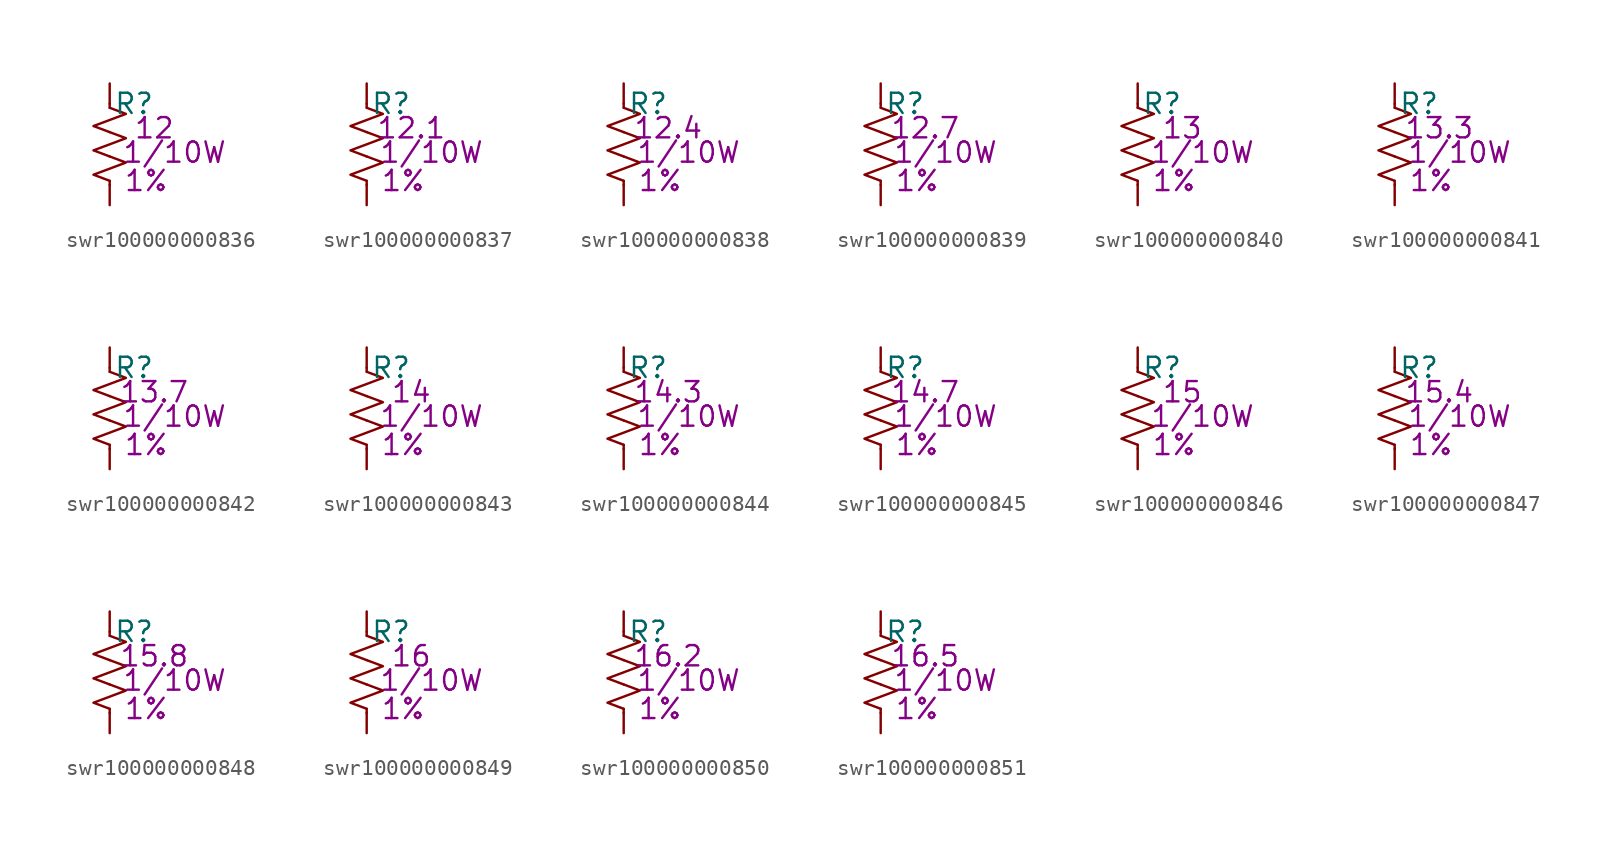
<source format=kicad_sym>
(kicad_symbol_lib
  (version 20211014)
  (generator kicad_symbol_editor)
  (symbol "swr100000000836"
    (pin_numbers hide)
    (pin_names
      (offset 1.016))
    (property "Reference" "R"
      (at 1.524 2.54 0)
      (effects (font (size 1.27 1.27))))
    (property "Tolerance" "1%"
      (at 2.286 -2.286 0)
      (effects (font (size 1.27 1.27))))
    (property "Wattage" "1/10W"
      (at 4.064 -0.508 0)
      (effects (font (size 1.27 1.27))))
    (property "PartValue" "12"
      (at 2.794 1.016 0)
      (effects (font (size 1.27 1.27))))
    (symbol "swr100000000836_1_1"
      (polyline (pts (xy 0 -2.286) (xy 0 -2.54)) (stroke (width 0) (type default) (color 0 0 0 0)) (fill (type none)))
      (polyline (pts (xy 0 2.286) (xy 0 2.54)) (stroke (width 0) (type default) (color 0 0 0 0)) (fill (type none)))
      (polyline (pts (xy 0 -0.762) (xy 1.016 -1.143) (xy 0 -1.524) (xy -1.016 -1.905) (xy 0 -2.286)) (stroke (width 0) (type default) (color 0 0 0 0)) (fill (type none)))
      (polyline (pts (xy 0 0.762) (xy 1.016 0.381) (xy 0 0) (xy -1.016 -0.381) (xy 0 -0.762)) (stroke (width 0) (type default) (color 0 0 0 0)) (fill (type none)))
      (polyline (pts (xy 0 2.286) (xy 1.016 1.905) (xy 0 1.524) (xy -1.016 1.143) (xy 0 0.762)) (stroke (width 0) (type default) (color 0 0 0 0)) (fill (type none)))
      (pin passive line (at 0 3.81 270) (length 1.27) (name "~" (effects (font (size 1.27 1.27)))) (number "1" (effects (font (size 1.27 1.27)))))
      (pin passive line (at 0 -3.81 90) (length 1.27) (name "~" (effects (font (size 1.27 1.27)))) (number "2" (effects (font (size 1.27 1.27)))))))
  (symbol "swr100000000837"
    (pin_numbers hide)
    (pin_names
      (offset 1.016))
    (property "Reference" "R"
      (at 1.524 2.54 0)
      (effects (font (size 1.27 1.27))))
    (property "Tolerance" "1%"
      (at 2.286 -2.286 0)
      (effects (font (size 1.27 1.27))))
    (property "Wattage" "1/10W"
      (at 4.064 -0.508 0)
      (effects (font (size 1.27 1.27))))
    (property "PartValue" "12.1"
      (at 2.794 1.016 0)
      (effects (font (size 1.27 1.27))))
    (symbol "swr100000000837_1_1"
      (polyline (pts (xy 0 -2.286) (xy 0 -2.54)) (stroke (width 0) (type default) (color 0 0 0 0)) (fill (type none)))
      (polyline (pts (xy 0 2.286) (xy 0 2.54)) (stroke (width 0) (type default) (color 0 0 0 0)) (fill (type none)))
      (polyline (pts (xy 0 -0.762) (xy 1.016 -1.143) (xy 0 -1.524) (xy -1.016 -1.905) (xy 0 -2.286)) (stroke (width 0) (type default) (color 0 0 0 0)) (fill (type none)))
      (polyline (pts (xy 0 0.762) (xy 1.016 0.381) (xy 0 0) (xy -1.016 -0.381) (xy 0 -0.762)) (stroke (width 0) (type default) (color 0 0 0 0)) (fill (type none)))
      (polyline (pts (xy 0 2.286) (xy 1.016 1.905) (xy 0 1.524) (xy -1.016 1.143) (xy 0 0.762)) (stroke (width 0) (type default) (color 0 0 0 0)) (fill (type none)))
      (pin passive line (at 0 3.81 270) (length 1.27) (name "~" (effects (font (size 1.27 1.27)))) (number "1" (effects (font (size 1.27 1.27)))))
      (pin passive line (at 0 -3.81 90) (length 1.27) (name "~" (effects (font (size 1.27 1.27)))) (number "2" (effects (font (size 1.27 1.27)))))))
  (symbol "swr100000000838"
    (pin_numbers hide)
    (pin_names
      (offset 1.016))
    (property "Reference" "R"
      (at 1.524 2.54 0)
      (effects (font (size 1.27 1.27))))
    (property "Tolerance" "1%"
      (at 2.286 -2.286 0)
      (effects (font (size 1.27 1.27))))
    (property "Wattage" "1/10W"
      (at 4.064 -0.508 0)
      (effects (font (size 1.27 1.27))))
    (property "PartValue" "12.4"
      (at 2.794 1.016 0)
      (effects (font (size 1.27 1.27))))
    (symbol "swr100000000838_1_1"
      (polyline (pts (xy 0 -2.286) (xy 0 -2.54)) (stroke (width 0) (type default) (color 0 0 0 0)) (fill (type none)))
      (polyline (pts (xy 0 2.286) (xy 0 2.54)) (stroke (width 0) (type default) (color 0 0 0 0)) (fill (type none)))
      (polyline (pts (xy 0 -0.762) (xy 1.016 -1.143) (xy 0 -1.524) (xy -1.016 -1.905) (xy 0 -2.286)) (stroke (width 0) (type default) (color 0 0 0 0)) (fill (type none)))
      (polyline (pts (xy 0 0.762) (xy 1.016 0.381) (xy 0 0) (xy -1.016 -0.381) (xy 0 -0.762)) (stroke (width 0) (type default) (color 0 0 0 0)) (fill (type none)))
      (polyline (pts (xy 0 2.286) (xy 1.016 1.905) (xy 0 1.524) (xy -1.016 1.143) (xy 0 0.762)) (stroke (width 0) (type default) (color 0 0 0 0)) (fill (type none)))
      (pin passive line (at 0 3.81 270) (length 1.27) (name "~" (effects (font (size 1.27 1.27)))) (number "1" (effects (font (size 1.27 1.27)))))
      (pin passive line (at 0 -3.81 90) (length 1.27) (name "~" (effects (font (size 1.27 1.27)))) (number "2" (effects (font (size 1.27 1.27)))))))
  (symbol "swr100000000839"
    (pin_numbers hide)
    (pin_names
      (offset 1.016))
    (property "Reference" "R"
      (at 1.524 2.54 0)
      (effects (font (size 1.27 1.27))))
    (property "Tolerance" "1%"
      (at 2.286 -2.286 0)
      (effects (font (size 1.27 1.27))))
    (property "Wattage" "1/10W"
      (at 4.064 -0.508 0)
      (effects (font (size 1.27 1.27))))
    (property "PartValue" "12.7"
      (at 2.794 1.016 0)
      (effects (font (size 1.27 1.27))))
    (symbol "swr100000000839_1_1"
      (polyline (pts (xy 0 -2.286) (xy 0 -2.54)) (stroke (width 0) (type default) (color 0 0 0 0)) (fill (type none)))
      (polyline (pts (xy 0 2.286) (xy 0 2.54)) (stroke (width 0) (type default) (color 0 0 0 0)) (fill (type none)))
      (polyline (pts (xy 0 -0.762) (xy 1.016 -1.143) (xy 0 -1.524) (xy -1.016 -1.905) (xy 0 -2.286)) (stroke (width 0) (type default) (color 0 0 0 0)) (fill (type none)))
      (polyline (pts (xy 0 0.762) (xy 1.016 0.381) (xy 0 0) (xy -1.016 -0.381) (xy 0 -0.762)) (stroke (width 0) (type default) (color 0 0 0 0)) (fill (type none)))
      (polyline (pts (xy 0 2.286) (xy 1.016 1.905) (xy 0 1.524) (xy -1.016 1.143) (xy 0 0.762)) (stroke (width 0) (type default) (color 0 0 0 0)) (fill (type none)))
      (pin passive line (at 0 3.81 270) (length 1.27) (name "~" (effects (font (size 1.27 1.27)))) (number "1" (effects (font (size 1.27 1.27)))))
      (pin passive line (at 0 -3.81 90) (length 1.27) (name "~" (effects (font (size 1.27 1.27)))) (number "2" (effects (font (size 1.27 1.27)))))))
  (symbol "swr100000000840"
    (pin_numbers hide)
    (pin_names
      (offset 1.016))
    (property "Reference" "R"
      (at 1.524 2.54 0)
      (effects (font (size 1.27 1.27))))
    (property "Tolerance" "1%"
      (at 2.286 -2.286 0)
      (effects (font (size 1.27 1.27))))
    (property "Wattage" "1/10W"
      (at 4.064 -0.508 0)
      (effects (font (size 1.27 1.27))))
    (property "PartValue" "13"
      (at 2.794 1.016 0)
      (effects (font (size 1.27 1.27))))
    (symbol "swr100000000840_1_1"
      (polyline (pts (xy 0 -2.286) (xy 0 -2.54)) (stroke (width 0) (type default) (color 0 0 0 0)) (fill (type none)))
      (polyline (pts (xy 0 2.286) (xy 0 2.54)) (stroke (width 0) (type default) (color 0 0 0 0)) (fill (type none)))
      (polyline (pts (xy 0 -0.762) (xy 1.016 -1.143) (xy 0 -1.524) (xy -1.016 -1.905) (xy 0 -2.286)) (stroke (width 0) (type default) (color 0 0 0 0)) (fill (type none)))
      (polyline (pts (xy 0 0.762) (xy 1.016 0.381) (xy 0 0) (xy -1.016 -0.381) (xy 0 -0.762)) (stroke (width 0) (type default) (color 0 0 0 0)) (fill (type none)))
      (polyline (pts (xy 0 2.286) (xy 1.016 1.905) (xy 0 1.524) (xy -1.016 1.143) (xy 0 0.762)) (stroke (width 0) (type default) (color 0 0 0 0)) (fill (type none)))
      (pin passive line (at 0 3.81 270) (length 1.27) (name "~" (effects (font (size 1.27 1.27)))) (number "1" (effects (font (size 1.27 1.27)))))
      (pin passive line (at 0 -3.81 90) (length 1.27) (name "~" (effects (font (size 1.27 1.27)))) (number "2" (effects (font (size 1.27 1.27)))))))
  (symbol "swr100000000841"
    (pin_numbers hide)
    (pin_names
      (offset 1.016))
    (property "Reference" "R"
      (at 1.524 2.54 0)
      (effects (font (size 1.27 1.27))))
    (property "Tolerance" "1%"
      (at 2.286 -2.286 0)
      (effects (font (size 1.27 1.27))))
    (property "Wattage" "1/10W"
      (at 4.064 -0.508 0)
      (effects (font (size 1.27 1.27))))
    (property "PartValue" "13.3"
      (at 2.794 1.016 0)
      (effects (font (size 1.27 1.27))))
    (symbol "swr100000000841_1_1"
      (polyline (pts (xy 0 -2.286) (xy 0 -2.54)) (stroke (width 0) (type default) (color 0 0 0 0)) (fill (type none)))
      (polyline (pts (xy 0 2.286) (xy 0 2.54)) (stroke (width 0) (type default) (color 0 0 0 0)) (fill (type none)))
      (polyline (pts (xy 0 -0.762) (xy 1.016 -1.143) (xy 0 -1.524) (xy -1.016 -1.905) (xy 0 -2.286)) (stroke (width 0) (type default) (color 0 0 0 0)) (fill (type none)))
      (polyline (pts (xy 0 0.762) (xy 1.016 0.381) (xy 0 0) (xy -1.016 -0.381) (xy 0 -0.762)) (stroke (width 0) (type default) (color 0 0 0 0)) (fill (type none)))
      (polyline (pts (xy 0 2.286) (xy 1.016 1.905) (xy 0 1.524) (xy -1.016 1.143) (xy 0 0.762)) (stroke (width 0) (type default) (color 0 0 0 0)) (fill (type none)))
      (pin passive line (at 0 3.81 270) (length 1.27) (name "~" (effects (font (size 1.27 1.27)))) (number "1" (effects (font (size 1.27 1.27)))))
      (pin passive line (at 0 -3.81 90) (length 1.27) (name "~" (effects (font (size 1.27 1.27)))) (number "2" (effects (font (size 1.27 1.27)))))))
  (symbol "swr100000000842"
    (pin_numbers hide)
    (pin_names
      (offset 1.016))
    (property "Reference" "R"
      (at 1.524 2.54 0)
      (effects (font (size 1.27 1.27))))
    (property "Tolerance" "1%"
      (at 2.286 -2.286 0)
      (effects (font (size 1.27 1.27))))
    (property "Wattage" "1/10W"
      (at 4.064 -0.508 0)
      (effects (font (size 1.27 1.27))))
    (property "PartValue" "13.7"
      (at 2.794 1.016 0)
      (effects (font (size 1.27 1.27))))
    (symbol "swr100000000842_1_1"
      (polyline (pts (xy 0 -2.286) (xy 0 -2.54)) (stroke (width 0) (type default) (color 0 0 0 0)) (fill (type none)))
      (polyline (pts (xy 0 2.286) (xy 0 2.54)) (stroke (width 0) (type default) (color 0 0 0 0)) (fill (type none)))
      (polyline (pts (xy 0 -0.762) (xy 1.016 -1.143) (xy 0 -1.524) (xy -1.016 -1.905) (xy 0 -2.286)) (stroke (width 0) (type default) (color 0 0 0 0)) (fill (type none)))
      (polyline (pts (xy 0 0.762) (xy 1.016 0.381) (xy 0 0) (xy -1.016 -0.381) (xy 0 -0.762)) (stroke (width 0) (type default) (color 0 0 0 0)) (fill (type none)))
      (polyline (pts (xy 0 2.286) (xy 1.016 1.905) (xy 0 1.524) (xy -1.016 1.143) (xy 0 0.762)) (stroke (width 0) (type default) (color 0 0 0 0)) (fill (type none)))
      (pin passive line (at 0 3.81 270) (length 1.27) (name "~" (effects (font (size 1.27 1.27)))) (number "1" (effects (font (size 1.27 1.27)))))
      (pin passive line (at 0 -3.81 90) (length 1.27) (name "~" (effects (font (size 1.27 1.27)))) (number "2" (effects (font (size 1.27 1.27)))))))
  (symbol "swr100000000843"
    (pin_numbers hide)
    (pin_names
      (offset 1.016))
    (property "Reference" "R"
      (at 1.524 2.54 0)
      (effects (font (size 1.27 1.27))))
    (property "Tolerance" "1%"
      (at 2.286 -2.286 0)
      (effects (font (size 1.27 1.27))))
    (property "Wattage" "1/10W"
      (at 4.064 -0.508 0)
      (effects (font (size 1.27 1.27))))
    (property "PartValue" "14"
      (at 2.794 1.016 0)
      (effects (font (size 1.27 1.27))))
    (symbol "swr100000000843_1_1"
      (polyline (pts (xy 0 -2.286) (xy 0 -2.54)) (stroke (width 0) (type default) (color 0 0 0 0)) (fill (type none)))
      (polyline (pts (xy 0 2.286) (xy 0 2.54)) (stroke (width 0) (type default) (color 0 0 0 0)) (fill (type none)))
      (polyline (pts (xy 0 -0.762) (xy 1.016 -1.143) (xy 0 -1.524) (xy -1.016 -1.905) (xy 0 -2.286)) (stroke (width 0) (type default) (color 0 0 0 0)) (fill (type none)))
      (polyline (pts (xy 0 0.762) (xy 1.016 0.381) (xy 0 0) (xy -1.016 -0.381) (xy 0 -0.762)) (stroke (width 0) (type default) (color 0 0 0 0)) (fill (type none)))
      (polyline (pts (xy 0 2.286) (xy 1.016 1.905) (xy 0 1.524) (xy -1.016 1.143) (xy 0 0.762)) (stroke (width 0) (type default) (color 0 0 0 0)) (fill (type none)))
      (pin passive line (at 0 3.81 270) (length 1.27) (name "~" (effects (font (size 1.27 1.27)))) (number "1" (effects (font (size 1.27 1.27)))))
      (pin passive line (at 0 -3.81 90) (length 1.27) (name "~" (effects (font (size 1.27 1.27)))) (number "2" (effects (font (size 1.27 1.27)))))))
  (symbol "swr100000000844"
    (pin_numbers hide)
    (pin_names
      (offset 1.016))
    (property "Reference" "R"
      (at 1.524 2.54 0)
      (effects (font (size 1.27 1.27))))
    (property "Tolerance" "1%"
      (at 2.286 -2.286 0)
      (effects (font (size 1.27 1.27))))
    (property "Wattage" "1/10W"
      (at 4.064 -0.508 0)
      (effects (font (size 1.27 1.27))))
    (property "PartValue" "14.3"
      (at 2.794 1.016 0)
      (effects (font (size 1.27 1.27))))
    (symbol "swr100000000844_1_1"
      (polyline (pts (xy 0 -2.286) (xy 0 -2.54)) (stroke (width 0) (type default) (color 0 0 0 0)) (fill (type none)))
      (polyline (pts (xy 0 2.286) (xy 0 2.54)) (stroke (width 0) (type default) (color 0 0 0 0)) (fill (type none)))
      (polyline (pts (xy 0 -0.762) (xy 1.016 -1.143) (xy 0 -1.524) (xy -1.016 -1.905) (xy 0 -2.286)) (stroke (width 0) (type default) (color 0 0 0 0)) (fill (type none)))
      (polyline (pts (xy 0 0.762) (xy 1.016 0.381) (xy 0 0) (xy -1.016 -0.381) (xy 0 -0.762)) (stroke (width 0) (type default) (color 0 0 0 0)) (fill (type none)))
      (polyline (pts (xy 0 2.286) (xy 1.016 1.905) (xy 0 1.524) (xy -1.016 1.143) (xy 0 0.762)) (stroke (width 0) (type default) (color 0 0 0 0)) (fill (type none)))
      (pin passive line (at 0 3.81 270) (length 1.27) (name "~" (effects (font (size 1.27 1.27)))) (number "1" (effects (font (size 1.27 1.27)))))
      (pin passive line (at 0 -3.81 90) (length 1.27) (name "~" (effects (font (size 1.27 1.27)))) (number "2" (effects (font (size 1.27 1.27)))))))
  (symbol "swr100000000845"
    (pin_numbers hide)
    (pin_names
      (offset 1.016))
    (property "Reference" "R"
      (at 1.524 2.54 0)
      (effects (font (size 1.27 1.27))))
    (property "Tolerance" "1%"
      (at 2.286 -2.286 0)
      (effects (font (size 1.27 1.27))))
    (property "Wattage" "1/10W"
      (at 4.064 -0.508 0)
      (effects (font (size 1.27 1.27))))
    (property "PartValue" "14.7"
      (at 2.794 1.016 0)
      (effects (font (size 1.27 1.27))))
    (symbol "swr100000000845_1_1"
      (polyline (pts (xy 0 -2.286) (xy 0 -2.54)) (stroke (width 0) (type default) (color 0 0 0 0)) (fill (type none)))
      (polyline (pts (xy 0 2.286) (xy 0 2.54)) (stroke (width 0) (type default) (color 0 0 0 0)) (fill (type none)))
      (polyline (pts (xy 0 -0.762) (xy 1.016 -1.143) (xy 0 -1.524) (xy -1.016 -1.905) (xy 0 -2.286)) (stroke (width 0) (type default) (color 0 0 0 0)) (fill (type none)))
      (polyline (pts (xy 0 0.762) (xy 1.016 0.381) (xy 0 0) (xy -1.016 -0.381) (xy 0 -0.762)) (stroke (width 0) (type default) (color 0 0 0 0)) (fill (type none)))
      (polyline (pts (xy 0 2.286) (xy 1.016 1.905) (xy 0 1.524) (xy -1.016 1.143) (xy 0 0.762)) (stroke (width 0) (type default) (color 0 0 0 0)) (fill (type none)))
      (pin passive line (at 0 3.81 270) (length 1.27) (name "~" (effects (font (size 1.27 1.27)))) (number "1" (effects (font (size 1.27 1.27)))))
      (pin passive line (at 0 -3.81 90) (length 1.27) (name "~" (effects (font (size 1.27 1.27)))) (number "2" (effects (font (size 1.27 1.27)))))))
  (symbol "swr100000000846"
    (pin_numbers hide)
    (pin_names
      (offset 1.016))
    (property "Reference" "R"
      (at 1.524 2.54 0)
      (effects (font (size 1.27 1.27))))
    (property "Tolerance" "1%"
      (at 2.286 -2.286 0)
      (effects (font (size 1.27 1.27))))
    (property "Wattage" "1/10W"
      (at 4.064 -0.508 0)
      (effects (font (size 1.27 1.27))))
    (property "PartValue" "15"
      (at 2.794 1.016 0)
      (effects (font (size 1.27 1.27))))
    (symbol "swr100000000846_1_1"
      (polyline (pts (xy 0 -2.286) (xy 0 -2.54)) (stroke (width 0) (type default) (color 0 0 0 0)) (fill (type none)))
      (polyline (pts (xy 0 2.286) (xy 0 2.54)) (stroke (width 0) (type default) (color 0 0 0 0)) (fill (type none)))
      (polyline (pts (xy 0 -0.762) (xy 1.016 -1.143) (xy 0 -1.524) (xy -1.016 -1.905) (xy 0 -2.286)) (stroke (width 0) (type default) (color 0 0 0 0)) (fill (type none)))
      (polyline (pts (xy 0 0.762) (xy 1.016 0.381) (xy 0 0) (xy -1.016 -0.381) (xy 0 -0.762)) (stroke (width 0) (type default) (color 0 0 0 0)) (fill (type none)))
      (polyline (pts (xy 0 2.286) (xy 1.016 1.905) (xy 0 1.524) (xy -1.016 1.143) (xy 0 0.762)) (stroke (width 0) (type default) (color 0 0 0 0)) (fill (type none)))
      (pin passive line (at 0 3.81 270) (length 1.27) (name "~" (effects (font (size 1.27 1.27)))) (number "1" (effects (font (size 1.27 1.27)))))
      (pin passive line (at 0 -3.81 90) (length 1.27) (name "~" (effects (font (size 1.27 1.27)))) (number "2" (effects (font (size 1.27 1.27)))))))
  (symbol "swr100000000847"
    (pin_numbers hide)
    (pin_names
      (offset 1.016))
    (property "Reference" "R"
      (at 1.524 2.54 0)
      (effects (font (size 1.27 1.27))))
    (property "Tolerance" "1%"
      (at 2.286 -2.286 0)
      (effects (font (size 1.27 1.27))))
    (property "Wattage" "1/10W"
      (at 4.064 -0.508 0)
      (effects (font (size 1.27 1.27))))
    (property "PartValue" "15.4"
      (at 2.794 1.016 0)
      (effects (font (size 1.27 1.27))))
    (symbol "swr100000000847_1_1"
      (polyline (pts (xy 0 -2.286) (xy 0 -2.54)) (stroke (width 0) (type default) (color 0 0 0 0)) (fill (type none)))
      (polyline (pts (xy 0 2.286) (xy 0 2.54)) (stroke (width 0) (type default) (color 0 0 0 0)) (fill (type none)))
      (polyline (pts (xy 0 -0.762) (xy 1.016 -1.143) (xy 0 -1.524) (xy -1.016 -1.905) (xy 0 -2.286)) (stroke (width 0) (type default) (color 0 0 0 0)) (fill (type none)))
      (polyline (pts (xy 0 0.762) (xy 1.016 0.381) (xy 0 0) (xy -1.016 -0.381) (xy 0 -0.762)) (stroke (width 0) (type default) (color 0 0 0 0)) (fill (type none)))
      (polyline (pts (xy 0 2.286) (xy 1.016 1.905) (xy 0 1.524) (xy -1.016 1.143) (xy 0 0.762)) (stroke (width 0) (type default) (color 0 0 0 0)) (fill (type none)))
      (pin passive line (at 0 3.81 270) (length 1.27) (name "~" (effects (font (size 1.27 1.27)))) (number "1" (effects (font (size 1.27 1.27)))))
      (pin passive line (at 0 -3.81 90) (length 1.27) (name "~" (effects (font (size 1.27 1.27)))) (number "2" (effects (font (size 1.27 1.27)))))))
  (symbol "swr100000000848"
    (pin_numbers hide)
    (pin_names
      (offset 1.016))
    (property "Reference" "R"
      (at 1.524 2.54 0)
      (effects (font (size 1.27 1.27))))
    (property "Tolerance" "1%"
      (at 2.286 -2.286 0)
      (effects (font (size 1.27 1.27))))
    (property "Wattage" "1/10W"
      (at 4.064 -0.508 0)
      (effects (font (size 1.27 1.27))))
    (property "PartValue" "15.8"
      (at 2.794 1.016 0)
      (effects (font (size 1.27 1.27))))
    (symbol "swr100000000848_1_1"
      (polyline (pts (xy 0 -2.286) (xy 0 -2.54)) (stroke (width 0) (type default) (color 0 0 0 0)) (fill (type none)))
      (polyline (pts (xy 0 2.286) (xy 0 2.54)) (stroke (width 0) (type default) (color 0 0 0 0)) (fill (type none)))
      (polyline (pts (xy 0 -0.762) (xy 1.016 -1.143) (xy 0 -1.524) (xy -1.016 -1.905) (xy 0 -2.286)) (stroke (width 0) (type default) (color 0 0 0 0)) (fill (type none)))
      (polyline (pts (xy 0 0.762) (xy 1.016 0.381) (xy 0 0) (xy -1.016 -0.381) (xy 0 -0.762)) (stroke (width 0) (type default) (color 0 0 0 0)) (fill (type none)))
      (polyline (pts (xy 0 2.286) (xy 1.016 1.905) (xy 0 1.524) (xy -1.016 1.143) (xy 0 0.762)) (stroke (width 0) (type default) (color 0 0 0 0)) (fill (type none)))
      (pin passive line (at 0 3.81 270) (length 1.27) (name "~" (effects (font (size 1.27 1.27)))) (number "1" (effects (font (size 1.27 1.27)))))
      (pin passive line (at 0 -3.81 90) (length 1.27) (name "~" (effects (font (size 1.27 1.27)))) (number "2" (effects (font (size 1.27 1.27)))))))
  (symbol "swr100000000849"
    (pin_numbers hide)
    (pin_names
      (offset 1.016))
    (property "Reference" "R"
      (at 1.524 2.54 0)
      (effects (font (size 1.27 1.27))))
    (property "Tolerance" "1%"
      (at 2.286 -2.286 0)
      (effects (font (size 1.27 1.27))))
    (property "Wattage" "1/10W"
      (at 4.064 -0.508 0)
      (effects (font (size 1.27 1.27))))
    (property "PartValue" "16"
      (at 2.794 1.016 0)
      (effects (font (size 1.27 1.27))))
    (symbol "swr100000000849_1_1"
      (polyline (pts (xy 0 -2.286) (xy 0 -2.54)) (stroke (width 0) (type default) (color 0 0 0 0)) (fill (type none)))
      (polyline (pts (xy 0 2.286) (xy 0 2.54)) (stroke (width 0) (type default) (color 0 0 0 0)) (fill (type none)))
      (polyline (pts (xy 0 -0.762) (xy 1.016 -1.143) (xy 0 -1.524) (xy -1.016 -1.905) (xy 0 -2.286)) (stroke (width 0) (type default) (color 0 0 0 0)) (fill (type none)))
      (polyline (pts (xy 0 0.762) (xy 1.016 0.381) (xy 0 0) (xy -1.016 -0.381) (xy 0 -0.762)) (stroke (width 0) (type default) (color 0 0 0 0)) (fill (type none)))
      (polyline (pts (xy 0 2.286) (xy 1.016 1.905) (xy 0 1.524) (xy -1.016 1.143) (xy 0 0.762)) (stroke (width 0) (type default) (color 0 0 0 0)) (fill (type none)))
      (pin passive line (at 0 3.81 270) (length 1.27) (name "~" (effects (font (size 1.27 1.27)))) (number "1" (effects (font (size 1.27 1.27)))))
      (pin passive line (at 0 -3.81 90) (length 1.27) (name "~" (effects (font (size 1.27 1.27)))) (number "2" (effects (font (size 1.27 1.27)))))))
  (symbol "swr100000000850"
    (pin_numbers hide)
    (pin_names
      (offset 1.016))
    (property "Reference" "R"
      (at 1.524 2.54 0)
      (effects (font (size 1.27 1.27))))
    (property "Tolerance" "1%"
      (at 2.286 -2.286 0)
      (effects (font (size 1.27 1.27))))
    (property "Wattage" "1/10W"
      (at 4.064 -0.508 0)
      (effects (font (size 1.27 1.27))))
    (property "PartValue" "16.2"
      (at 2.794 1.016 0)
      (effects (font (size 1.27 1.27))))
    (symbol "swr100000000850_1_1"
      (polyline (pts (xy 0 -2.286) (xy 0 -2.54)) (stroke (width 0) (type default) (color 0 0 0 0)) (fill (type none)))
      (polyline (pts (xy 0 2.286) (xy 0 2.54)) (stroke (width 0) (type default) (color 0 0 0 0)) (fill (type none)))
      (polyline (pts (xy 0 -0.762) (xy 1.016 -1.143) (xy 0 -1.524) (xy -1.016 -1.905) (xy 0 -2.286)) (stroke (width 0) (type default) (color 0 0 0 0)) (fill (type none)))
      (polyline (pts (xy 0 0.762) (xy 1.016 0.381) (xy 0 0) (xy -1.016 -0.381) (xy 0 -0.762)) (stroke (width 0) (type default) (color 0 0 0 0)) (fill (type none)))
      (polyline (pts (xy 0 2.286) (xy 1.016 1.905) (xy 0 1.524) (xy -1.016 1.143) (xy 0 0.762)) (stroke (width 0) (type default) (color 0 0 0 0)) (fill (type none)))
      (pin passive line (at 0 3.81 270) (length 1.27) (name "~" (effects (font (size 1.27 1.27)))) (number "1" (effects (font (size 1.27 1.27)))))
      (pin passive line (at 0 -3.81 90) (length 1.27) (name "~" (effects (font (size 1.27 1.27)))) (number "2" (effects (font (size 1.27 1.27)))))))
  (symbol "swr100000000851"
    (pin_numbers hide)
    (pin_names
      (offset 1.016))
    (property "Reference" "R"
      (at 1.524 2.54 0)
      (effects (font (size 1.27 1.27))))
    (property "Tolerance" "1%"
      (at 2.286 -2.286 0)
      (effects (font (size 1.27 1.27))))
    (property "Wattage" "1/10W"
      (at 4.064 -0.508 0)
      (effects (font (size 1.27 1.27))))
    (property "PartValue" "16.5"
      (at 2.794 1.016 0)
      (effects (font (size 1.27 1.27))))
    (symbol "swr100000000851_1_1"
      (polyline (pts (xy 0 -2.286) (xy 0 -2.54)) (stroke (width 0) (type default) (color 0 0 0 0)) (fill (type none)))
      (polyline (pts (xy 0 2.286) (xy 0 2.54)) (stroke (width 0) (type default) (color 0 0 0 0)) (fill (type none)))
      (polyline (pts (xy 0 -0.762) (xy 1.016 -1.143) (xy 0 -1.524) (xy -1.016 -1.905) (xy 0 -2.286)) (stroke (width 0) (type default) (color 0 0 0 0)) (fill (type none)))
      (polyline (pts (xy 0 0.762) (xy 1.016 0.381) (xy 0 0) (xy -1.016 -0.381) (xy 0 -0.762)) (stroke (width 0) (type default) (color 0 0 0 0)) (fill (type none)))
      (polyline (pts (xy 0 2.286) (xy 1.016 1.905) (xy 0 1.524) (xy -1.016 1.143) (xy 0 0.762)) (stroke (width 0) (type default) (color 0 0 0 0)) (fill (type none)))
      (pin passive line (at 0 3.81 270) (length 1.27) (name "~" (effects (font (size 1.27 1.27)))) (number "1" (effects (font (size 1.27 1.27)))))
      (pin passive line (at 0 -3.81 90) (length 1.27) (name "~" (effects (font (size 1.27 1.27)))) (number "2" (effects (font (size 1.27 1.27))))))))
</source>
